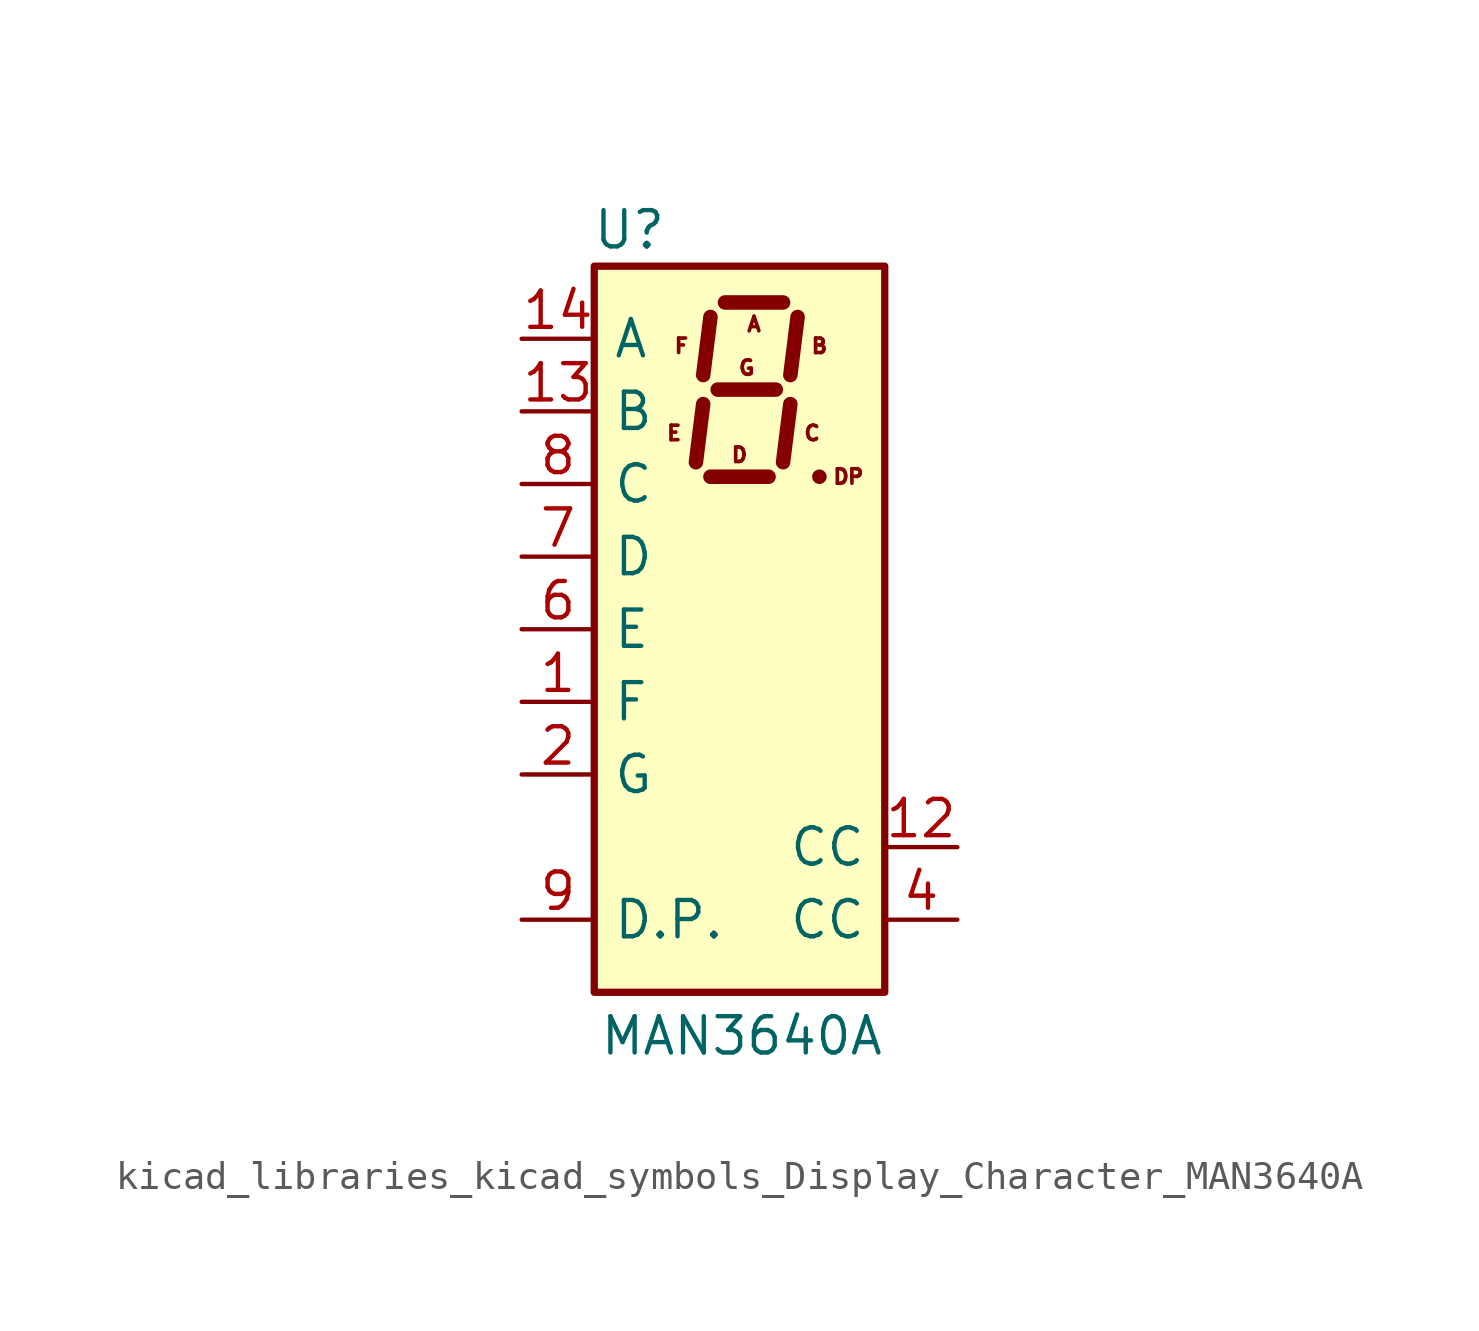
<source format=kicad_sym>
(kicad_symbol_lib
  (version 20220914)
  (generator kicad_symbol_editor)
  (symbol "kicad_libraries_kicad_symbols_Display_Character_MAN3640A"
    (pin_names
      (offset 0.635))
    (property "Reference" "U"
      (at -2.54 13.97 0)
      (effects (font (size 1.27 1.27)) (justify right)))
    (property "Value" "MAN3640A"
      (at 5.08 -14.224 0)
      (effects (font (size 1.27 1.27)) (justify right)))
    (symbol "kicad_libraries_kicad_symbols_Display_Character_MAN3640A_0_0"
      (text "A" (at 0.508 10.668 0) (effects (font (size 0.508 0.508))))
      (text "B" (at 2.794 9.906 0) (effects (font (size 0.508 0.508))))
      (text "C" (at 2.54 6.858 0) (effects (font (size 0.508 0.508))))
      (text "D" (at 0 6.096 0) (effects (font (size 0.508 0.508))))
      (text "DP" (at 3.81 5.334 0) (effects (font (size 0.508 0.508))))
      (text "E" (at -2.286 6.858 0) (effects (font (size 0.508 0.508))))
      (text "F" (at -2.032 9.906 0) (effects (font (size 0.508 0.508))))
      (text "G" (at 0.254 9.144 0) (effects (font (size 0.508 0.508)))))
    (symbol "kicad_libraries_kicad_symbols_Display_Character_MAN3640A_0_1"
      (rectangle (start -5.08 12.7) (end 5.08 -12.7) (stroke (width 0.254) (type default)) (fill (type background)))
      (polyline (pts (xy -1.27 7.874) (xy -1.524 5.842)) (stroke (width 0.508) (type default)) (fill (type none)))
      (polyline (pts (xy -1.016 5.334) (xy 1.016 5.334)) (stroke (width 0.508) (type default)) (fill (type none)))
      (polyline (pts (xy -1.016 10.922) (xy -1.27 8.89)) (stroke (width 0.508) (type default)) (fill (type none)))
      (polyline (pts (xy -0.762 8.382) (xy 1.27 8.382)) (stroke (width 0.508) (type default)) (fill (type none)))
      (polyline (pts (xy -0.508 11.43) (xy 1.524 11.43)) (stroke (width 0.508) (type default)) (fill (type none)))
      (polyline (pts (xy 1.778 7.874) (xy 1.524 5.842)) (stroke (width 0.508) (type default)) (fill (type none)))
      (polyline (pts (xy 2.032 10.922) (xy 1.778 8.89)) (stroke (width 0.508) (type default)) (fill (type none)))
      (polyline (pts (xy 2.794 5.334) (xy 2.794 5.334)) (stroke (width 0.508) (type default)) (fill (type none))))
    (symbol "kicad_libraries_kicad_symbols_Display_Character_MAN3640A_1_1"
      (pin input line (at -7.62 -2.54 0) (length 2.54) (name "F" (effects (font (size 1.27 1.27)))) (number "1" (effects (font (size 1.27 1.27)))))
      (pin no_connect line (at 5.08 -2.54 180) (length 2.54) hide (name "NC" (effects (font (size 1.27 1.27)))) (number "10" (effects (font (size 1.27 1.27)))))
      (pin no_connect line (at 5.08 -5.08 180) (length 2.54) hide (name "NC" (effects (font (size 1.27 1.27)))) (number "11" (effects (font (size 1.27 1.27)))))
      (pin input line (at 7.62 -7.62 180) (length 2.54) (name "CC" (effects (font (size 1.27 1.27)))) (number "12" (effects (font (size 1.27 1.27)))))
      (pin input line (at -7.62 7.62 0) (length 2.54) (name "B" (effects (font (size 1.27 1.27)))) (number "13" (effects (font (size 1.27 1.27)))))
      (pin input line (at -7.62 10.16 0) (length 2.54) (name "A" (effects (font (size 1.27 1.27)))) (number "14" (effects (font (size 1.27 1.27)))))
      (pin input line (at -7.62 -5.08 0) (length 2.54) (name "G" (effects (font (size 1.27 1.27)))) (number "2" (effects (font (size 1.27 1.27)))))
      (pin no_connect line (at 5.08 2.54 180) (length 2.54) hide (name "NC" (effects (font (size 1.27 1.27)))) (number "3" (effects (font (size 1.27 1.27)))))
      (pin input line (at 7.62 -10.16 180) (length 2.54) (name "CC" (effects (font (size 1.27 1.27)))) (number "4" (effects (font (size 1.27 1.27)))))
      (pin no_connect line (at 5.08 0 180) (length 2.54) hide (name "NC" (effects (font (size 1.27 1.27)))) (number "5" (effects (font (size 1.27 1.27)))))
      (pin input line (at -7.62 0 0) (length 2.54) (name "E" (effects (font (size 1.27 1.27)))) (number "6" (effects (font (size 1.27 1.27)))))
      (pin input line (at -7.62 2.54 0) (length 2.54) (name "D" (effects (font (size 1.27 1.27)))) (number "7" (effects (font (size 1.27 1.27)))))
      (pin input line (at -7.62 5.08 0) (length 2.54) (name "C" (effects (font (size 1.27 1.27)))) (number "8" (effects (font (size 1.27 1.27)))))
      (pin input line (at -7.62 -10.16 0) (length 2.54) (name "D.P." (effects (font (size 1.27 1.27)))) (number "9" (effects (font (size 1.27 1.27))))))))
</source>
